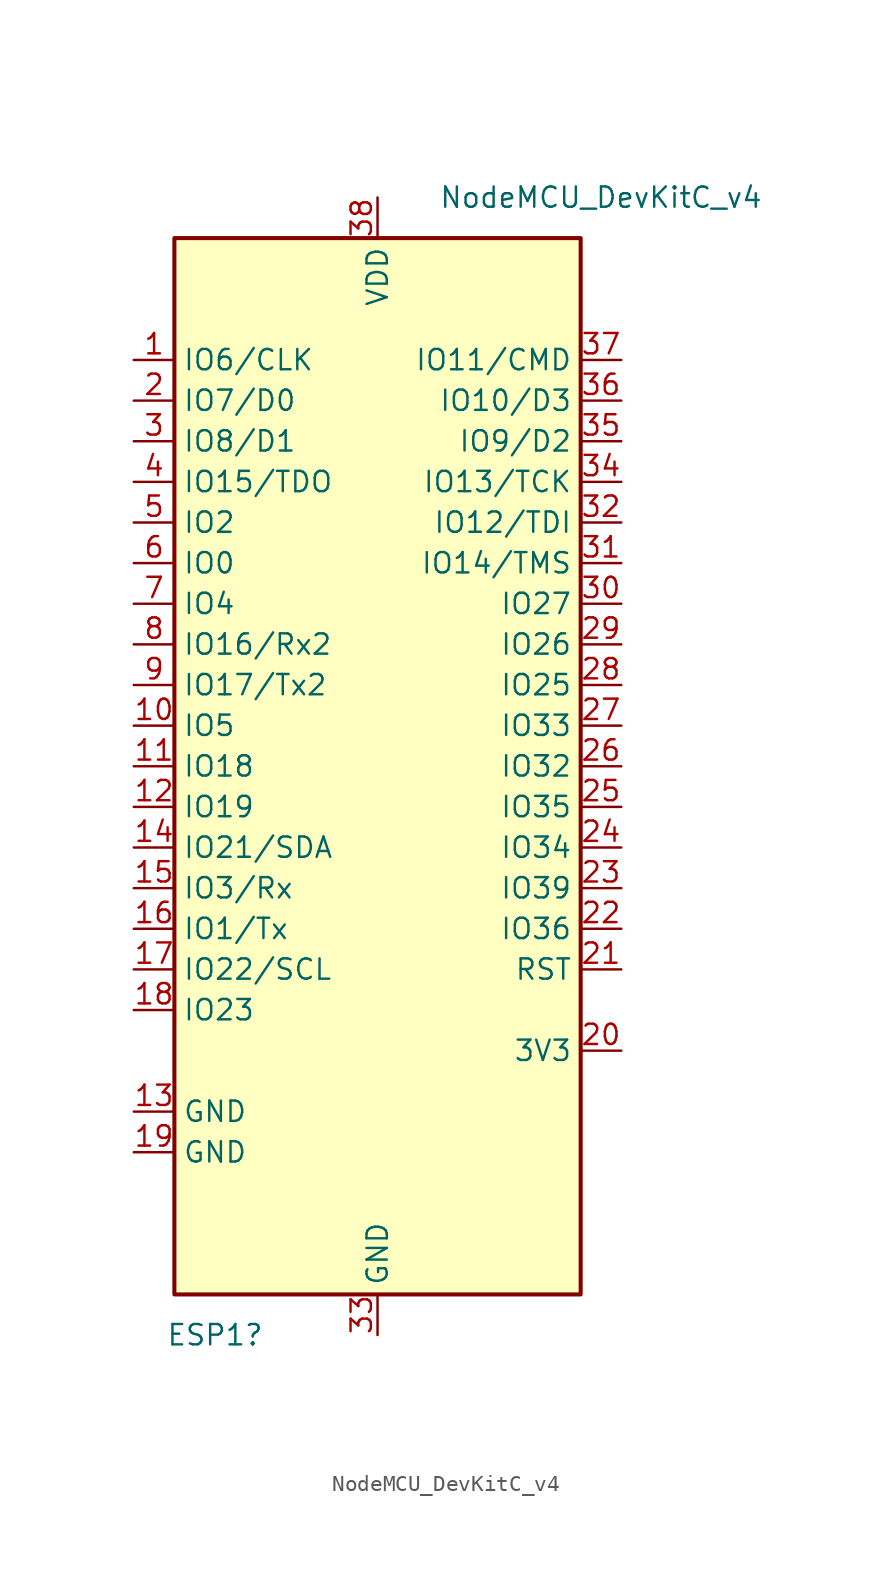
<source format=kicad_sym>
(kicad_symbol_lib
  (version 20211014)
  (generator kicad_symbol_editor)
  (symbol "NodeMCU_DevKitC_v4"
    (property "Reference" "ESP1"
      (at -10.16 -35.56 0)
      (effects (font (size 1.27 1.27))))
    (property "Value" "NodeMCU_DevKitC_v4"
      (at 13.97 35.56 0)
      (effects (font (size 1.27 1.27))))
    (symbol "NodeMCU_DevKitC_v4_0_1"
      (rectangle (start -12.7 33.02) (end 12.7 -33.02) (stroke (width 0.254) (type default) (color 0 0 0 0)) (fill (type background))))
    (symbol "NodeMCU_DevKitC_v4_1_1"
      (pin bidirectional line (at -15.24 25.4 0) (length 2.54) (name "IO6/CLK" (effects (font (size 1.27 1.27)))) (number "1" (effects (font (size 1.27 1.27)))))
      (pin bidirectional line (at -15.24 2.54 0) (length 2.54) (name "IO5" (effects (font (size 1.27 1.27)))) (number "10" (effects (font (size 1.27 1.27)))))
      (pin bidirectional line (at -15.24 0 0) (length 2.54) (name "IO18" (effects (font (size 1.27 1.27)))) (number "11" (effects (font (size 1.27 1.27)))))
      (pin bidirectional line (at -15.24 -2.54 0) (length 2.54) (name "IO19" (effects (font (size 1.27 1.27)))) (number "12" (effects (font (size 1.27 1.27)))))
      (pin power_in line (at -15.24 -21.59 0) (length 2.54) (name "GND" (effects (font (size 1.27 1.27)))) (number "13" (effects (font (size 1.27 1.27)))))
      (pin bidirectional line (at -15.24 -5.08 0) (length 2.54) (name "IO21/SDA" (effects (font (size 1.27 1.27)))) (number "14" (effects (font (size 1.27 1.27)))))
      (pin bidirectional line (at -15.24 -7.62 0) (length 2.54) (name "IO3/Rx" (effects (font (size 1.27 1.27)))) (number "15" (effects (font (size 1.27 1.27)))))
      (pin bidirectional line (at -15.24 -10.16 0) (length 2.54) (name "IO1/Tx" (effects (font (size 1.27 1.27)))) (number "16" (effects (font (size 1.27 1.27)))))
      (pin bidirectional line (at -15.24 -12.7 0) (length 2.54) (name "IO22/SCL" (effects (font (size 1.27 1.27)))) (number "17" (effects (font (size 1.27 1.27)))))
      (pin bidirectional line (at -15.24 -15.24 0) (length 2.54) (name "IO23" (effects (font (size 1.27 1.27)))) (number "18" (effects (font (size 1.27 1.27)))))
      (pin power_in line (at -15.24 -24.13 0) (length 2.54) (name "GND" (effects (font (size 1.27 1.27)))) (number "19" (effects (font (size 1.27 1.27)))))
      (pin bidirectional line (at -15.24 22.86 0) (length 2.54) (name "IO7/D0" (effects (font (size 1.27 1.27)))) (number "2" (effects (font (size 1.27 1.27)))))
      (pin power_out line (at 15.24 -17.78 180) (length 2.54) (name "3V3" (effects (font (size 1.27 1.27)))) (number "20" (effects (font (size 1.27 1.27)))))
      (pin input line (at 15.24 -12.7 180) (length 2.54) (name "RST" (effects (font (size 1.27 1.27)))) (number "21" (effects (font (size 1.27 1.27)))))
      (pin bidirectional line (at 15.24 -10.16 180) (length 2.54) (name "IO36" (effects (font (size 1.27 1.27)))) (number "22" (effects (font (size 1.27 1.27)))))
      (pin bidirectional line (at 15.24 -7.62 180) (length 2.54) (name "IO39" (effects (font (size 1.27 1.27)))) (number "23" (effects (font (size 1.27 1.27)))))
      (pin bidirectional line (at 15.24 -5.08 180) (length 2.54) (name "IO34" (effects (font (size 1.27 1.27)))) (number "24" (effects (font (size 1.27 1.27)))))
      (pin bidirectional line (at 15.24 -2.54 180) (length 2.54) (name "IO35" (effects (font (size 1.27 1.27)))) (number "25" (effects (font (size 1.27 1.27)))))
      (pin bidirectional line (at 15.24 0 180) (length 2.54) (name "IO32" (effects (font (size 1.27 1.27)))) (number "26" (effects (font (size 1.27 1.27)))))
      (pin bidirectional line (at 15.24 2.54 180) (length 2.54) (name "IO33" (effects (font (size 1.27 1.27)))) (number "27" (effects (font (size 1.27 1.27)))))
      (pin bidirectional line (at 15.24 5.08 180) (length 2.54) (name "IO25" (effects (font (size 1.27 1.27)))) (number "28" (effects (font (size 1.27 1.27)))))
      (pin bidirectional line (at 15.24 7.62 180) (length 2.54) (name "IO26" (effects (font (size 1.27 1.27)))) (number "29" (effects (font (size 1.27 1.27)))))
      (pin bidirectional line (at -15.24 20.32 0) (length 2.54) (name "IO8/D1" (effects (font (size 1.27 1.27)))) (number "3" (effects (font (size 1.27 1.27)))))
      (pin bidirectional line (at 15.24 10.16 180) (length 2.54) (name "IO27" (effects (font (size 1.27 1.27)))) (number "30" (effects (font (size 1.27 1.27)))))
      (pin bidirectional line (at 15.24 12.7 180) (length 2.54) (name "IO14/TMS" (effects (font (size 1.27 1.27)))) (number "31" (effects (font (size 1.27 1.27)))))
      (pin bidirectional line (at 15.24 15.24 180) (length 2.54) (name "IO12/TDI" (effects (font (size 1.27 1.27)))) (number "32" (effects (font (size 1.27 1.27)))))
      (pin power_in line (at 0 -35.56 90) (length 2.54) (name "GND" (effects (font (size 1.27 1.27)))) (number "33" (effects (font (size 1.27 1.27)))))
      (pin bidirectional line (at 15.24 17.78 180) (length 2.54) (name "IO13/TCK" (effects (font (size 1.27 1.27)))) (number "34" (effects (font (size 1.27 1.27)))))
      (pin bidirectional line (at 15.24 20.32 180) (length 2.54) (name "IO9/D2" (effects (font (size 1.27 1.27)))) (number "35" (effects (font (size 1.27 1.27)))))
      (pin bidirectional line (at 15.24 22.86 180) (length 2.54) (name "IO10/D3" (effects (font (size 1.27 1.27)))) (number "36" (effects (font (size 1.27 1.27)))))
      (pin bidirectional line (at 15.24 25.4 180) (length 2.54) (name "IO11/CMD" (effects (font (size 1.27 1.27)))) (number "37" (effects (font (size 1.27 1.27)))))
      (pin power_in line (at 0 35.56 270) (length 2.54) (name "VDD" (effects (font (size 1.27 1.27)))) (number "38" (effects (font (size 1.27 1.27)))))
      (pin bidirectional line (at -15.24 17.78 0) (length 2.54) (name "IO15/TDO" (effects (font (size 1.27 1.27)))) (number "4" (effects (font (size 1.27 1.27)))))
      (pin bidirectional line (at -15.24 15.24 0) (length 2.54) (name "IO2" (effects (font (size 1.27 1.27)))) (number "5" (effects (font (size 1.27 1.27)))))
      (pin bidirectional line (at -15.24 12.7 0) (length 2.54) (name "IO0" (effects (font (size 1.27 1.27)))) (number "6" (effects (font (size 1.27 1.27)))))
      (pin bidirectional line (at -15.24 10.16 0) (length 2.54) (name "IO4" (effects (font (size 1.27 1.27)))) (number "7" (effects (font (size 1.27 1.27)))))
      (pin bidirectional line (at -15.24 7.62 0) (length 2.54) (name "IO16/Rx2" (effects (font (size 1.27 1.27)))) (number "8" (effects (font (size 1.27 1.27)))))
      (pin bidirectional line (at -15.24 5.08 0) (length 2.54) (name "IO17/Tx2" (effects (font (size 1.27 1.27)))) (number "9" (effects (font (size 1.27 1.27))))))))
</source>
